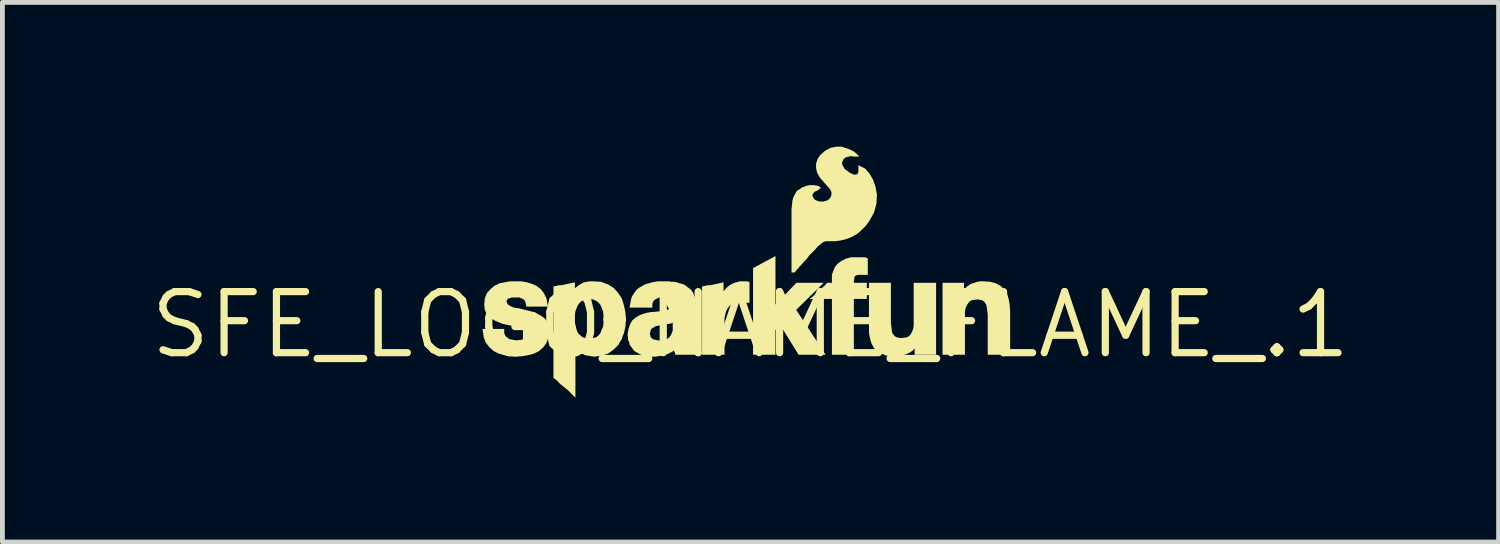
<source format=kicad_pcb>
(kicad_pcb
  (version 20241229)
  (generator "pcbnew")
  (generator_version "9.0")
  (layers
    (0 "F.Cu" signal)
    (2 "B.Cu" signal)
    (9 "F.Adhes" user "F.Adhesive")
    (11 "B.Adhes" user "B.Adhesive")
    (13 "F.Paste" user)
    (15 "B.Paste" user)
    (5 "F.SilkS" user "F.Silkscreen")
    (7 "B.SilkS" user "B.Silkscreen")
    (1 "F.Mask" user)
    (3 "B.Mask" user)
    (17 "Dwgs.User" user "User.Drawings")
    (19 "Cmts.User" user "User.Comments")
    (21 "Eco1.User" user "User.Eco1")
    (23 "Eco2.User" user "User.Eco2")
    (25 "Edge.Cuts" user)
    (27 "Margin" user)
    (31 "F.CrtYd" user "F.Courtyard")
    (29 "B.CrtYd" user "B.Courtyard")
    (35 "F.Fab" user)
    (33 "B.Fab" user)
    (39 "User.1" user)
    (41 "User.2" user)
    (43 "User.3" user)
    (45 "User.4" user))
  (footprint "SFE_LOGO_NAME_FLAME_.1"
    (layer "F.Cu")
    (at 12.556 3.704)
    (property "Reference" "SFE_LOGO_NAME_FLAME_.1" (at 0 0 0) (layer "F.SilkS") (effects (font (size 1.27 1.27) (thickness 0.15))))
    (fp_poly (pts (xy -2.588 -0.143) (xy -2.601 0.04) (xy -2.633 0.176) (xy -2.699 0.335) (xy -3.107 0.144) (xy -3.066 0.035) (xy -3.057 -0.038) (xy -3.057 -0.155)) (stroke (width 0) (type default)) (fill yes) (layer "F.SilkS"))
    (fp_poly (pts (xy -1.695 -0.036) (xy -1.75 -0.008) (xy -1.773 -0.008) (xy -1.803 0.002) (xy -1.843 0.002) (xy -1.873 0.012) (xy -1.91 0.012) (xy -1.93 0.022) (xy -1.985 0.022) (xy -2.092 -0.258) (xy -1.864 -0.284) (xy -1.76 -0.299)) (stroke (width 0) (type default)) (fill yes) (layer "F.SilkS"))
    (fp_poly (pts (xy 0.519 -0.421) (xy 0.955 -0.874) (xy 1.524 -0.874) (xy 0.95 -0.311) (xy 1.562 0.622) (xy 1 0.622) (xy 0.623 0.014) (xy 0.519 0.111) (xy 0.519 0.622) (xy 0.053 0.622) (xy 0.053 -1.179) (xy 0.519 -1.43)) (stroke (width 0) (type default)) (fill yes) (layer "F.SilkS"))
    (fp_poly (pts (xy 2.439 -1.38) (xy 2.439 -1.038) (xy 2.236 -1.038) (xy 2.204 -1.03) (xy 2.177 -1.016) (xy 2.164 -0.997) (xy 2.159 -0.987) (xy 2.159 -0.951) (xy 2.149 -0.911) (xy 2.149 -0.874) (xy 2.419 -0.874) (xy 2.419 -0.538) (xy 2.149 -0.538) (xy 2.149 0.622) (xy 1.693 0.622) (xy 1.693 -0.538) (xy 1.227 -0.538) (xy 1.356 -0.635) (xy 1.516 -0.795) (xy 1.554 -0.823) (xy 1.592 -0.874) (xy 1.693 -0.874) (xy 1.693 -1.043) (xy 1.726 -1.13) (xy 1.758 -1.206) (xy 1.815 -1.274) (xy 1.891 -1.329) (xy 1.977 -1.372) (xy 2.085 -1.404) (xy 2.39 -1.404)) (stroke (width 0) (type default)) (fill yes) (layer "F.SilkS"))
    (fp_poly (pts (xy -0.053 -0.894) (xy -0.021 -0.894) (xy -0.021 -0.458) (xy -0.078 -0.458) (xy -0.098 -0.468) (xy -0.197 -0.468) (xy -0.292 -0.458) (xy -0.365 -0.44) (xy -0.424 -0.406) (xy -0.468 -0.354) (xy -0.504 -0.291) (xy -0.522 -0.227) (xy -0.541 -0.142) (xy -0.541 0.622) (xy -1.007 0.622) (xy -1.007 -0.797) (xy -0.927 -0.813) (xy -0.884 -0.824) (xy -0.833 -0.824) (xy -0.787 -0.833) (xy -0.747 -0.843) (xy -0.647 -0.863) (xy -0.561 -0.885) (xy -0.561 -0.695) (xy -0.549 -0.71) (xy -0.496 -0.773) (xy -0.44 -0.818) (xy -0.365 -0.861) (xy -0.3 -0.882) (xy -0.224 -0.904) (xy -0.063 -0.904)) (stroke (width 0) (type default)) (fill yes) (layer "F.SilkS"))
    (fp_poly (pts (xy 2.919 -0.038) (xy 2.939 0.119) (xy 2.947 0.169) (xy 2.997 0.235) (xy 3.035 0.258) (xy 3.078 0.267) (xy 3.132 0.276) (xy 3.206 0.266) (xy 3.258 0.258) (xy 3.297 0.234) (xy 3.33 0.201) (xy 3.356 0.148) (xy 3.384 0.084) (xy 3.393 0.012) (xy 3.393 -0.874) (xy 3.859 -0.874) (xy 3.859 0.622) (xy 3.413 0.622) (xy 3.413 0.49) (xy 3.388 0.521) (xy 3.332 0.566) (xy 3.267 0.599) (xy 3.214 0.62) (xy 3.15 0.641) (xy 3.077 0.652) (xy 3.013 0.662) (xy 2.863 0.652) (xy 2.745 0.609) (xy 2.649 0.555) (xy 2.571 0.488) (xy 2.516 0.389) (xy 2.484 0.283) (xy 2.463 0.167) (xy 2.463 -0.874) (xy 2.919 -0.874)) (stroke (width 0) (type default)) (fill yes) (layer "F.SilkS"))
    (fp_poly (pts (xy 4.987 -0.894) (xy 5.105 -0.862) (xy 5.204 -0.807) (xy 5.281 -0.73) (xy 5.336 -0.642) (xy 5.368 -0.535) (xy 5.389 -0.421) (xy 5.399 -0.287) (xy 5.399 0.622) (xy 4.933 0.622) (xy 4.933 -0.214) (xy 4.923 -0.291) (xy 4.913 -0.36) (xy 4.905 -0.413) (xy 4.879 -0.455) (xy 4.855 -0.487) (xy 4.817 -0.51) (xy 4.774 -0.519) (xy 4.72 -0.528) (xy 4.646 -0.518) (xy 4.594 -0.51) (xy 4.556 -0.487) (xy 4.522 -0.444) (xy 4.495 -0.399) (xy 4.468 -0.336) (xy 4.459 -0.254) (xy 4.459 0.622) (xy 3.993 0.622) (xy 3.993 -0.874) (xy 4.439 -0.874) (xy 4.439 -0.738) (xy 4.466 -0.764) (xy 4.518 -0.807) (xy 4.584 -0.851) (xy 4.712 -0.893) (xy 4.778 -0.904) (xy 4.842 -0.904)) (stroke (width 0) (type default)) (fill yes) (layer "F.SilkS"))
    (fp_poly (pts (xy -3.111 -0.894) (xy -2.962 -0.84) (xy -2.844 -0.765) (xy -2.749 -0.659) (xy -2.674 -0.542) (xy -2.632 -0.406) (xy -2.601 -0.261) (xy -2.588 -0.067) (xy -3.057 -0.079) (xy -3.057 -0.204) (xy -3.066 -0.277) (xy -3.094 -0.352) (xy -3.122 -0.416) (xy -3.165 -0.467) (xy -3.217 -0.502) (xy -3.279 -0.529) (xy -3.359 -0.538) (xy -3.43 -0.529) (xy -3.5 -0.502) (xy -3.542 -0.469) (xy -3.586 -0.416) (xy -3.614 -0.352) (xy -3.642 -0.277) (xy -3.651 -0.204) (xy -3.651 -0.041) (xy -3.613 0.112) (xy -3.587 0.172) (xy -3.543 0.216) (xy -3.491 0.26) (xy -3.432 0.276) (xy -3.349 0.286) (xy -3.276 0.276) (xy -3.207 0.259) (xy -3.156 0.217) (xy -3.122 0.174) (xy -3.078 0.073) (xy -2.666 0.267) (xy -2.748 0.417) (xy -2.844 0.513) (xy -2.961 0.598) (xy -3.09 0.641) (xy -3.25 0.663) (xy -3.441 0.631) (xy -3.507 0.597) (xy -3.614 0.533) (xy -3.641 0.5) (xy -3.641 1.516) (xy -3.794 1.362) (xy -3.944 1.242) (xy -4.034 1.152) (xy -4.097 1.102) (xy -4.097 -0.796) (xy -4.027 -0.813) (xy -3.973 -0.824) (xy -3.924 -0.824) (xy -3.887 -0.833) (xy -3.837 -0.843) (xy -3.797 -0.853) (xy -3.651 -0.882) (xy -3.651 -0.758) (xy -3.634 -0.774) (xy -3.581 -0.817) (xy -3.472 -0.882) (xy -3.342 -0.904) (xy -3.268 -0.904)) (stroke (width 0) (type default)) (fill yes) (layer "F.SilkS"))
    (fp_poly (pts (xy -4.65 -0.883) (xy -4.546 -0.852) (xy -4.45 -0.809) (xy -4.362 -0.743) (xy -4.296 -0.656) (xy -4.242 -0.548) (xy -4.214 -0.378) (xy -4.66 -0.378) (xy -4.676 -0.455) (xy -4.693 -0.498) (xy -4.706 -0.519) (xy -4.728 -0.533) (xy -4.765 -0.551) (xy -4.806 -0.568) (xy -4.963 -0.568) (xy -4.988 -0.559) (xy -5.028 -0.549) (xy -5.045 -0.544) (xy -5.071 -0.504) (xy -5.071 -0.481) (xy -5.064 -0.453) (xy -5.042 -0.423) (xy -5.009 -0.399) (xy -4.954 -0.371) (xy -4.901 -0.353) (xy -4.822 -0.344) (xy -4.58 -0.283) (xy -4.485 -0.262) (xy -4.337 -0.177) (xy -4.27 -0.122) (xy -4.225 -0.054) (xy -4.192 0.024) (xy -4.181 0.125) (xy -4.202 0.263) (xy -4.245 0.382) (xy -4.311 0.47) (xy -4.398 0.546) (xy -4.505 0.6) (xy -4.621 0.631) (xy -4.744 0.652) (xy -4.869 0.662) (xy -4.994 0.652) (xy -5.117 0.631) (xy -5.233 0.6) (xy -5.34 0.546) (xy -5.427 0.47) (xy -5.502 0.373) (xy -5.546 0.264) (xy -5.573 0.086) (xy -5.121 0.086) (xy -5.121 0.177) (xy -5.105 0.215) (xy -5.082 0.247) (xy -5.014 0.298) (xy -4.962 0.307) (xy -4.912 0.317) (xy -4.861 0.325) (xy -4.824 0.316) (xy -4.784 0.316) (xy -4.752 0.308) (xy -4.719 0.291) (xy -4.684 0.265) (xy -4.663 0.245) (xy -4.648 0.184) (xy -4.655 0.157) (xy -4.669 0.129) (xy -4.7 0.106) (xy -4.745 0.079) (xy -4.8 0.061) (xy -4.957 0.021) (xy -5.057 0.001) (xy -5.15 -0.019) (xy -5.233 -0.051) (xy -5.306 -0.082) (xy -5.379 -0.124) (xy -5.446 -0.169) (xy -5.493 -0.238) (xy -5.526 -0.316) (xy -5.537 -0.415) (xy -5.526 -0.545) (xy -5.482 -0.656) (xy -5.406 -0.743) (xy -5.33 -0.808) (xy -5.221 -0.862) (xy -5.116 -0.883) (xy -5.002 -0.904) (xy -4.766 -0.904)) (stroke (width 0) (type default)) (fill yes) (layer "F.SilkS"))
    (fp_poly (pts (xy 1.994 -3.672) (xy 2.076 -3.641) (xy 2.141 -3.609) (xy 2.186 -3.575) (xy 2.263 -3.498) (xy 2.135 -3.498) (xy 2.105 -3.508) (xy 2.086 -3.508) (xy 2.049 -3.499) (xy 2.003 -3.49) (xy 1.971 -3.473) (xy 1.939 -3.449) (xy 1.926 -3.429) (xy 1.916 -3.401) (xy 1.906 -3.381) (xy 1.901 -3.366) (xy 1.908 -3.347) (xy 1.916 -3.312) (xy 1.934 -3.285) (xy 1.952 -3.249) (xy 1.975 -3.226) (xy 2.003 -3.207) (xy 2.043 -3.177) (xy 2.07 -3.159) (xy 2.14 -3.124) (xy 2.195 -3.124) (xy 2.214 -3.131) (xy 2.229 -3.14) (xy 2.243 -3.182) (xy 2.243 -3.318) (xy 2.385 -3.247) (xy 2.472 -3.148) (xy 2.546 -3.022) (xy 2.598 -2.876) (xy 2.629 -2.708) (xy 2.619 -2.52) (xy 2.567 -2.331) (xy 2.463 -2.145) (xy 2.39 -2.051) (xy 2.307 -1.968) (xy 2.224 -1.895) (xy 2.118 -1.832) (xy 2.013 -1.79) (xy 1.899 -1.759) (xy 1.774 -1.738) (xy 1.584 -1.738) (xy 1.534 -1.73) (xy 1.493 -1.705) (xy 1.398 -1.629) (xy 1.349 -1.57) (xy 1.22 -1.441) (xy 1.17 -1.371) (xy 1.109 -1.31) (xy 1.059 -1.25) (xy 1.01 -1.201) (xy 0.98 -1.161) (xy 0.951 -1.132) (xy 0.921 -1.088) (xy 0.853 -1.088) (xy 0.853 -2.408) (xy 0.874 -2.594) (xy 0.896 -2.661) (xy 0.928 -2.724) (xy 0.963 -2.784) (xy 1.02 -2.818) (xy 1.062 -2.85) (xy 1.171 -2.893) (xy 1.238 -2.904) (xy 1.326 -2.904) (xy 1.366 -2.894) (xy 1.39 -2.894) (xy 1.465 -2.856) (xy 1.414 -2.805) (xy 1.366 -2.781) (xy 1.342 -2.773) (xy 1.311 -2.742) (xy 1.296 -2.719) (xy 1.289 -2.7) (xy 1.289 -2.682) (xy 1.296 -2.661) (xy 1.312 -2.629) (xy 1.335 -2.606) (xy 1.359 -2.59) (xy 1.402 -2.573) (xy 1.445 -2.564) (xy 1.516 -2.564) (xy 1.585 -2.581) (xy 1.635 -2.614) (xy 1.667 -2.654) (xy 1.683 -2.702) (xy 1.683 -2.758) (xy 1.658 -2.815) (xy 1.592 -2.891) (xy 1.512 -2.981) (xy 1.44 -3.064) (xy 1.385 -3.162) (xy 1.363 -3.262) (xy 1.363 -3.352) (xy 1.397 -3.453) (xy 1.452 -3.532) (xy 1.549 -3.617) (xy 1.668 -3.682) (xy 1.788 -3.704) (xy 1.897 -3.704)) (stroke (width 0) (type default)) (fill yes) (layer "F.SilkS"))
    (fp_poly (pts (xy -1.645 -0.894) (xy -1.585 -0.894) (xy -1.528 -0.883) (xy -1.478 -0.863) (xy -1.428 -0.853) (xy -1.37 -0.83) (xy -1.242 -0.733) (xy -1.206 -0.686) (xy -1.184 -0.642) (xy -1.162 -0.587) (xy -1.151 -0.53) (xy -1.151 0.335) (xy -1.141 0.355) (xy -1.141 0.445) (xy -1.131 0.465) (xy -1.131 0.485) (xy -1.121 0.505) (xy -1.121 0.535) (xy -1.118 0.541) (xy -1.101 0.558) (xy -1.101 0.622) (xy -1.567 0.622) (xy -1.567 0.59) (xy -1.577 0.58) (xy -1.577 0.57) (xy -1.587 0.56) (xy -1.587 0.53) (xy -1.589 0.528) (xy -1.605 0.544) (xy -1.642 0.569) (xy -1.672 0.579) (xy -1.702 0.599) (xy -1.833 0.642) (xy -1.863 0.642) (xy -1.893 0.652) (xy -1.933 0.652) (xy -1.963 0.662) (xy -2.083 0.662) (xy -2.133 0.652) (xy -2.184 0.652) (xy -2.231 0.64) (xy -2.285 0.619) (xy -2.328 0.597) (xy -2.358 0.577) (xy -2.402 0.555) (xy -2.439 0.518) (xy -2.46 0.486) (xy -2.49 0.446) (xy -2.515 0.409) (xy -2.525 0.356) (xy -2.547 0.313) (xy -2.547 0.258) (xy -2.558 0.204) (xy -2.536 0.085) (xy -2.504 -0.012) (xy -2.459 -0.091) (xy -2.381 -0.157) (xy -2.305 -0.201) (xy -2.22 -0.232) (xy -2.136 -0.254) (xy -2.014 -0.267) (xy -1.909 0.008) (xy -1.974 0.029) (xy -1.986 0.035) (xy -1.996 0.045) (xy -2.036 0.065) (xy -2.046 0.075) (xy -2.061 0.082) (xy -2.081 0.123) (xy -2.081 0.143) (xy -2.091 0.163) (xy -2.091 0.198) (xy -2.081 0.228) (xy -2.081 0.245) (xy -2.078 0.251) (xy -2.068 0.261) (xy -2.061 0.276) (xy -2.046 0.283) (xy -2.036 0.293) (xy -2.01 0.306) (xy -1.99 0.306) (xy -1.97 0.316) (xy -1.95 0.316) (xy -1.93 0.326) (xy -1.893 0.326) (xy -1.843 0.316) (xy -1.798 0.316) (xy -1.762 0.298) (xy -1.725 0.289) (xy -1.703 0.274) (xy -1.689 0.26) (xy -1.669 0.23) (xy -1.652 0.213) (xy -1.634 0.159) (xy -1.624 0.139) (xy -1.617 0.118) (xy -1.617 -0.044) (xy -1.65 -0.028) (xy -1.67 -0.028) (xy -1.69 -0.018) (xy -1.769 -0.018) (xy -1.835 -0.283) (xy -1.73 -0.312) (xy -1.675 -0.331) (xy -1.635 -0.355) (xy -1.617 -0.379) (xy -1.617 -0.467) (xy -1.64 -0.513) (xy -1.65 -0.523) (xy -1.657 -0.538) (xy -1.698 -0.558) (xy -1.718 -0.558) (xy -1.738 -0.568) (xy -1.9 -0.568) (xy -1.986 -0.525) (xy -2.018 -0.493) (xy -2.024 -0.481) (xy -2.034 -0.451) (xy -2.041 -0.437) (xy -2.041 -0.358) (xy -2.514 -0.358) (xy -2.486 -0.525) (xy -2.463 -0.594) (xy -2.431 -0.637) (xy -2.401 -0.687) (xy -2.366 -0.733) (xy -2.32 -0.768) (xy -2.216 -0.83) (xy -2.16 -0.853) (xy -2.109 -0.863) (xy -2.048 -0.883) (xy -1.986 -0.893) (xy -1.933 -0.904) (xy -1.695 -0.904)) (stroke (width 0) (type default)) (fill yes) (layer "F.SilkS")))
  (gr_rect
    (start -3 -3)
    (end 28.112 8.22)
    (stroke (width 0.1) (type default))
    (fill no)
    (layer "Edge.Cuts")))
</source>
